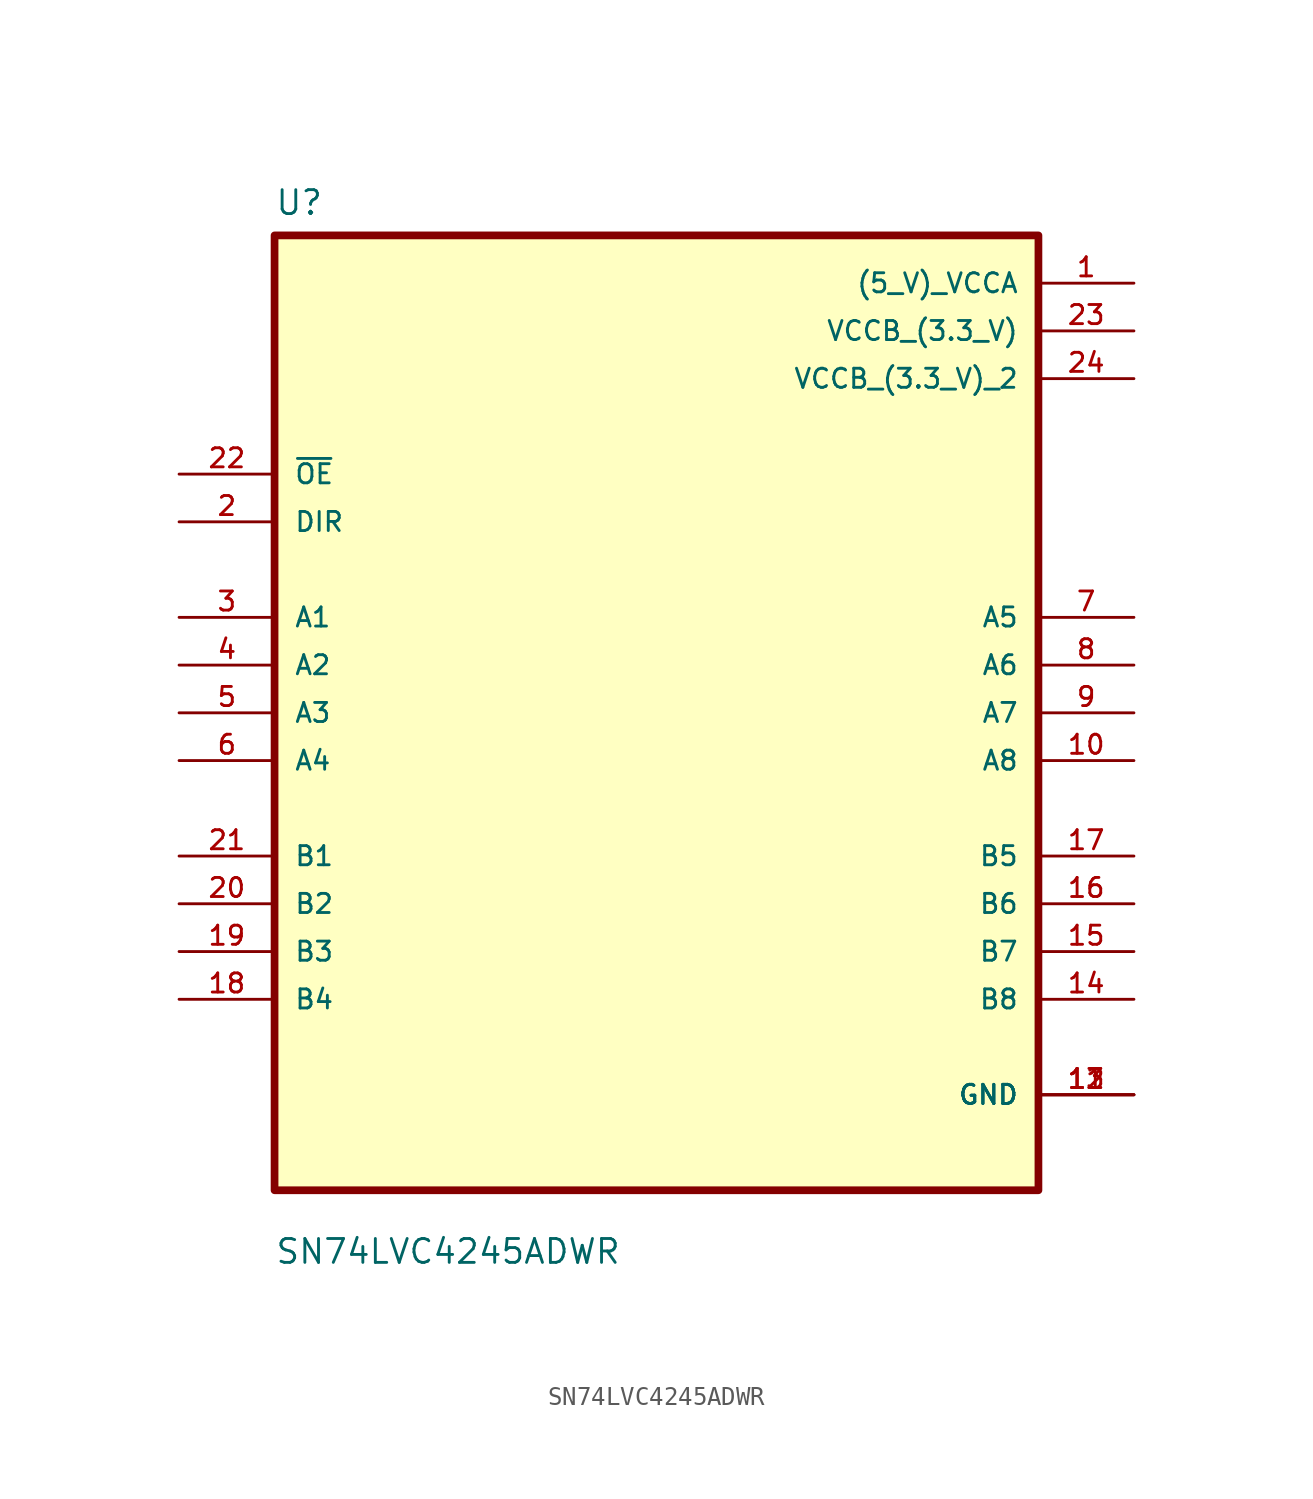
<source format=kicad_sym>
(kicad_symbol_lib
  (version 20220914)
  (generator kicad_symbol_editor)
  (symbol "SN74LVC4245ADWR"
    (pin_names
      (offset 1.016))
    (property "Reference" "U"
      (at -20.32 26.4 0)
      (effects (font (size 1.27 1.27)) (justify left bottom)))
    (property "Value" "SN74LVC4245ADWR"
      (at -20.32 -29.4 0)
      (effects (font (size 1.27 1.27)) (justify left bottom)))
    (symbol "SN74LVC4245ADWR_0_0"
      (rectangle (start -20.32 -25.4) (end 20.32 25.4) (stroke (width 0.41) (type default)) (fill (type background)))
      (pin power_in line (at 25.4 22.86 180) (length 5.08) (name "(5_V)_VCCA" (effects (font (size 1.016 1.016)))) (number "1" (effects (font (size 1.016 1.016)))))
      (pin bidirectional line (at 25.4 -2.54 180) (length 5.08) (name "A8" (effects (font (size 1.016 1.016)))) (number "10" (effects (font (size 1.016 1.016)))))
      (pin power_in line (at 25.4 -20.32 180) (length 5.08) (name "GND" (effects (font (size 1.016 1.016)))) (number "11" (effects (font (size 1.016 1.016)))))
      (pin power_in line (at 25.4 -20.32 180) (length 5.08) (name "GND" (effects (font (size 1.016 1.016)))) (number "12" (effects (font (size 1.016 1.016)))))
      (pin power_in line (at 25.4 -20.32 180) (length 5.08) (name "GND" (effects (font (size 1.016 1.016)))) (number "13" (effects (font (size 1.016 1.016)))))
      (pin bidirectional line (at 25.4 -15.24 180) (length 5.08) (name "B8" (effects (font (size 1.016 1.016)))) (number "14" (effects (font (size 1.016 1.016)))))
      (pin bidirectional line (at 25.4 -12.7 180) (length 5.08) (name "B7" (effects (font (size 1.016 1.016)))) (number "15" (effects (font (size 1.016 1.016)))))
      (pin bidirectional line (at 25.4 -10.16 180) (length 5.08) (name "B6" (effects (font (size 1.016 1.016)))) (number "16" (effects (font (size 1.016 1.016)))))
      (pin bidirectional line (at 25.4 -7.62 180) (length 5.08) (name "B5" (effects (font (size 1.016 1.016)))) (number "17" (effects (font (size 1.016 1.016)))))
      (pin bidirectional line (at -25.4 -15.24 0) (length 5.08) (name "B4" (effects (font (size 1.016 1.016)))) (number "18" (effects (font (size 1.016 1.016)))))
      (pin bidirectional line (at -25.4 -12.7 0) (length 5.08) (name "B3" (effects (font (size 1.016 1.016)))) (number "19" (effects (font (size 1.016 1.016)))))
      (pin input line (at -25.4 10.16 0) (length 5.08) (name "DIR" (effects (font (size 1.016 1.016)))) (number "2" (effects (font (size 1.016 1.016)))))
      (pin bidirectional line (at -25.4 -10.16 0) (length 5.08) (name "B2" (effects (font (size 1.016 1.016)))) (number "20" (effects (font (size 1.016 1.016)))))
      (pin bidirectional line (at -25.4 -7.62 0) (length 5.08) (name "B1" (effects (font (size 1.016 1.016)))) (number "21" (effects (font (size 1.016 1.016)))))
      (pin input line (at -25.4 12.7 0) (length 5.08) (name "~{OE}" (effects (font (size 1.016 1.016)))) (number "22" (effects (font (size 1.016 1.016)))))
      (pin power_in line (at 25.4 20.32 180) (length 5.08) (name "VCCB_(3.3_V)" (effects (font (size 1.016 1.016)))) (number "23" (effects (font (size 1.016 1.016)))))
      (pin power_in line (at 25.4 17.78 180) (length 5.08) (name "VCCB_(3.3_V)_2" (effects (font (size 1.016 1.016)))) (number "24" (effects (font (size 1.016 1.016)))))
      (pin bidirectional line (at -25.4 5.08 0) (length 5.08) (name "A1" (effects (font (size 1.016 1.016)))) (number "3" (effects (font (size 1.016 1.016)))))
      (pin bidirectional line (at -25.4 2.54 0) (length 5.08) (name "A2" (effects (font (size 1.016 1.016)))) (number "4" (effects (font (size 1.016 1.016)))))
      (pin bidirectional line (at -25.4 0 0) (length 5.08) (name "A3" (effects (font (size 1.016 1.016)))) (number "5" (effects (font (size 1.016 1.016)))))
      (pin bidirectional line (at -25.4 -2.54 0) (length 5.08) (name "A4" (effects (font (size 1.016 1.016)))) (number "6" (effects (font (size 1.016 1.016)))))
      (pin bidirectional line (at 25.4 5.08 180) (length 5.08) (name "A5" (effects (font (size 1.016 1.016)))) (number "7" (effects (font (size 1.016 1.016)))))
      (pin bidirectional line (at 25.4 2.54 180) (length 5.08) (name "A6" (effects (font (size 1.016 1.016)))) (number "8" (effects (font (size 1.016 1.016)))))
      (pin bidirectional line (at 25.4 0 180) (length 5.08) (name "A7" (effects (font (size 1.016 1.016)))) (number "9" (effects (font (size 1.016 1.016))))))))
</source>
